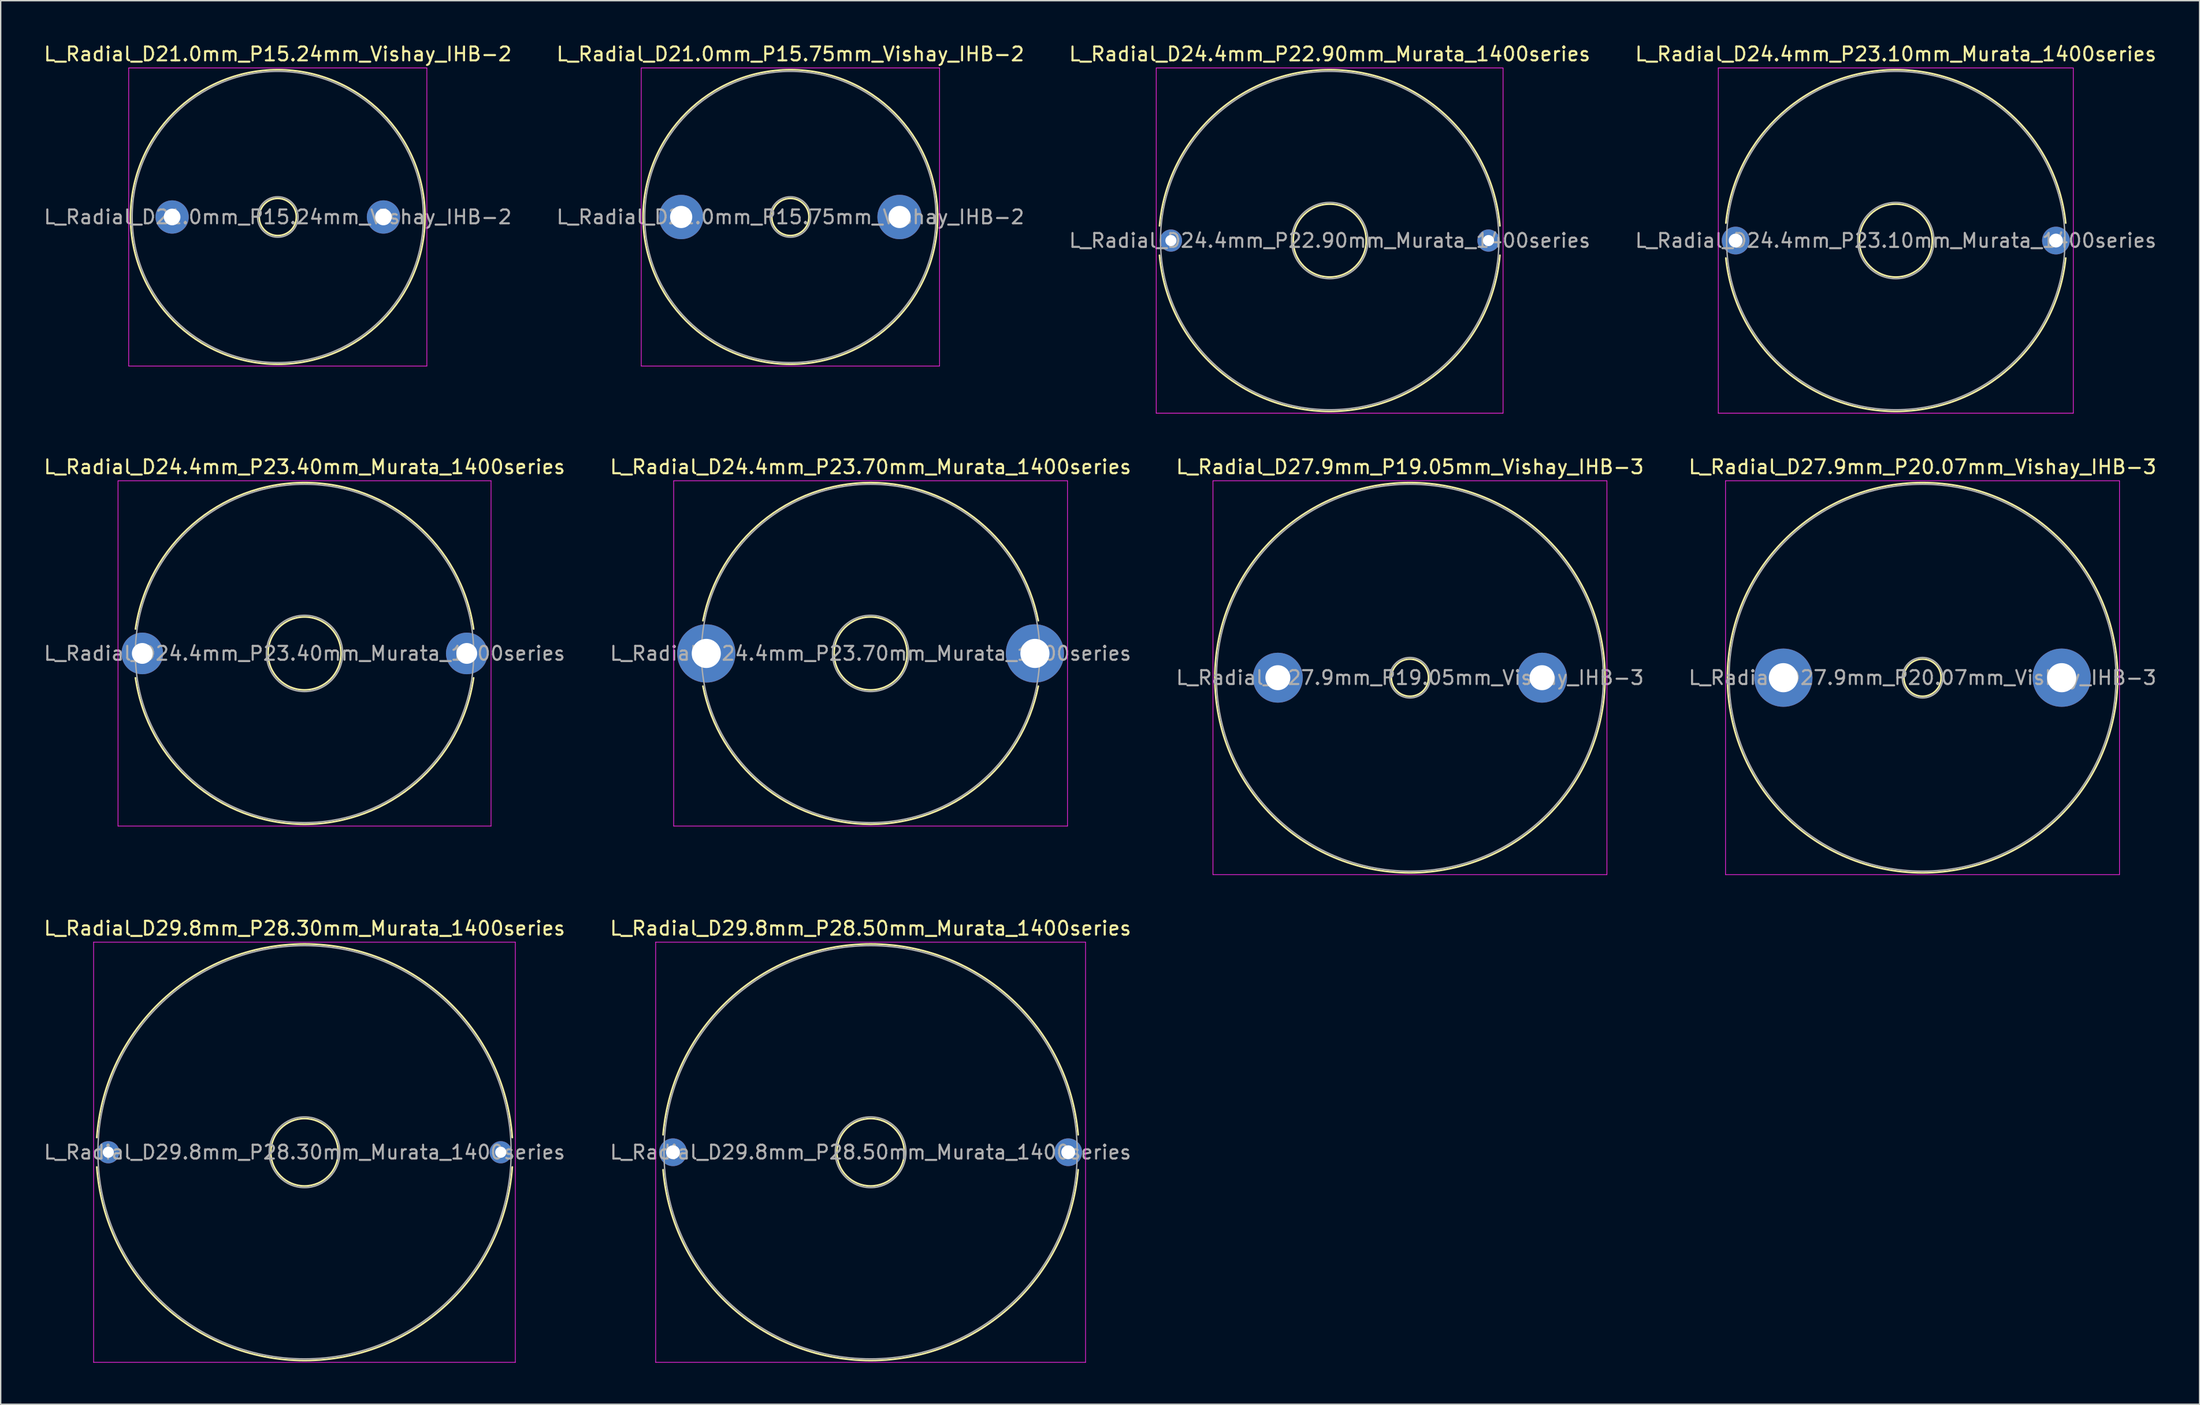
<source format=kicad_pcb>
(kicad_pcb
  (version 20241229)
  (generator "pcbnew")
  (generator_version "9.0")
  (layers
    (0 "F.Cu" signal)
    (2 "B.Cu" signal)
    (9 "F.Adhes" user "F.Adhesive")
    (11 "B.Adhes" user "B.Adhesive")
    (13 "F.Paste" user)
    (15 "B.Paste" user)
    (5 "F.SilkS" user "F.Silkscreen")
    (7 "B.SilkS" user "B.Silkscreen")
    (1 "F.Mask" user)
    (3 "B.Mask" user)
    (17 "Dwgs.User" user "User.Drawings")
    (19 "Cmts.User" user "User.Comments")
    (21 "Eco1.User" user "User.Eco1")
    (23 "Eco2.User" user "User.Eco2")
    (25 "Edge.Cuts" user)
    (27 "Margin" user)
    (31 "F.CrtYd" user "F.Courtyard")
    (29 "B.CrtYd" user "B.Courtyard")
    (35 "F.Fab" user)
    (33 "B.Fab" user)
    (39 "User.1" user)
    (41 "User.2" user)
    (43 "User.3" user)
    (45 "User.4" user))
  (footprint "L_Radial_D21.0mm_P15.24mm_Vishay_IHB-2"
    (layer "F.Cu")
    (at 9.362 12.598)
    (property "Reference" "L_Radial_D21.0mm_P15.24mm_Vishay_IHB-2" (at 7.62 -11.75 0) (layer "F.SilkS") (effects (font (size 1 1) (thickness 0.15))))
    (attr through_hole)
    (fp_circle (center 7.62 0) (end 8.96 0) (stroke (width 0.12) (type solid)) (fill no) (layer "F.SilkS"))
    (fp_circle (center 7.62 0) (end 18.24 0) (stroke (width 0.12) (type solid)) (fill no) (layer "F.SilkS"))
    (fp_line (start -3.13 -10.75) (end -3.13 10.75) (stroke (width 0.05) (type solid)) (layer "F.CrtYd"))
    (fp_line (start -3.13 10.75) (end 18.37 10.75) (stroke (width 0.05) (type solid)) (layer "F.CrtYd"))
    (fp_line (start 18.37 -10.75) (end -3.13 -10.75) (stroke (width 0.05) (type solid)) (layer "F.CrtYd"))
    (fp_line (start 18.37 10.75) (end 18.37 -10.75) (stroke (width 0.05) (type solid)) (layer "F.CrtYd"))
    (fp_circle (center 7.62 0) (end 9.08 0) (stroke (width 0.1) (type solid)) (fill no) (layer "F.Fab"))
    (fp_circle (center 7.62 0) (end 18.12 0) (stroke (width 0.1) (type solid)) (fill no) (layer "F.Fab"))
    (fp_text user "${REFERENCE}" (at 7.62 0 0) (layer "F.Fab") (effects (font (size 1 1) (thickness 0.15))))
    (pad "1" thru_hole circle (at 0 0) (size 2.4 2.4) (drill 1.2) (layers "*.Cu" "*.Mask"))
    (pad "2" thru_hole circle (at 15.24 0) (size 2.4 2.4) (drill 1.2) (layers "*.Cu" "*.Mask")))
  (footprint "L_Radial_D21.0mm_P15.75mm_Vishay_IHB-2"
    (layer "F.Cu")
    (at 46.071 12.598)
    (property "Reference" "L_Radial_D21.0mm_P15.75mm_Vishay_IHB-2" (at 7.875 -11.75 0) (layer "F.SilkS") (effects (font (size 1 1) (thickness 0.15))))
    (attr through_hole)
    (fp_circle (center 7.875 0) (end 9.215 0) (stroke (width 0.12) (type solid)) (fill no) (layer "F.SilkS"))
    (fp_circle (center 7.875 0) (end 18.495 0) (stroke (width 0.12) (type solid)) (fill no) (layer "F.SilkS"))
    (fp_line (start -2.88 -10.75) (end -2.88 10.75) (stroke (width 0.05) (type solid)) (layer "F.CrtYd"))
    (fp_line (start -2.88 10.75) (end 18.63 10.75) (stroke (width 0.05) (type solid)) (layer "F.CrtYd"))
    (fp_line (start 18.63 -10.75) (end -2.88 -10.75) (stroke (width 0.05) (type solid)) (layer "F.CrtYd"))
    (fp_line (start 18.63 10.75) (end 18.63 -10.75) (stroke (width 0.05) (type solid)) (layer "F.CrtYd"))
    (fp_circle (center 7.875 0) (end 9.335 0) (stroke (width 0.1) (type solid)) (fill no) (layer "F.Fab"))
    (fp_circle (center 7.875 0) (end 18.375 0) (stroke (width 0.1) (type solid)) (fill no) (layer "F.Fab"))
    (fp_text user "${REFERENCE}" (at 7.875 0 0) (layer "F.Fab") (effects (font (size 1 1) (thickness 0.15))))
    (pad "1" thru_hole circle (at 0 0) (size 3.2 3.2) (drill 1.6) (layers "*.Cu" "*.Mask"))
    (pad "2" thru_hole circle (at 15.75 0) (size 3.2 3.2) (drill 1.6) (layers "*.Cu" "*.Mask")))
  (footprint "L_Radial_D24.4mm_P22.90mm_Murata_1400series"
    (layer "F.Cu")
    (at 81.389 14.298)
    (property "Reference" "L_Radial_D24.4mm_P22.90mm_Murata_1400series" (at 11.45 -13.45 0) (layer "F.SilkS") (effects (font (size 1 1) (thickness 0.15))))
    (attr through_hole)
    (fp_arc (start -0.824315 -1.06) (mid 11.45 -12.32) (end 23.724315 -1.06) (stroke (width 0.12) (type solid)) (layer "F.SilkS"))
    (fp_arc (start 23.724315 1.06) (mid 11.45 12.32) (end -0.824315 1.06) (stroke (width 0.12) (type solid)) (layer "F.SilkS"))
    (fp_circle (center 11.45 0) (end 14.08 0) (stroke (width 0.12) (type solid)) (fill no) (layer "F.SilkS"))
    (fp_line (start -1.06 -12.45) (end -1.06 12.45) (stroke (width 0.05) (type solid)) (layer "F.CrtYd"))
    (fp_line (start -1.06 12.45) (end 23.95 12.45) (stroke (width 0.05) (type solid)) (layer "F.CrtYd"))
    (fp_line (start 23.95 -12.45) (end -1.06 -12.45) (stroke (width 0.05) (type solid)) (layer "F.CrtYd"))
    (fp_line (start 23.95 12.45) (end 23.95 -12.45) (stroke (width 0.05) (type solid)) (layer "F.CrtYd"))
    (fp_circle (center 11.45 0) (end 14.2 0) (stroke (width 0.1) (type solid)) (fill no) (layer "F.Fab"))
    (fp_circle (center 11.45 0) (end 23.65 0) (stroke (width 0.1) (type solid)) (fill no) (layer "F.Fab"))
    (fp_text user "${REFERENCE}" (at 11.45 0 0) (layer "F.Fab") (effects (font (size 1 1) (thickness 0.15))))
    (pad "1" thru_hole circle (at 0 0) (size 1.6 1.6) (drill 0.8) (layers "*.Cu" "*.Mask"))
    (pad "2" thru_hole circle (at 22.9 0) (size 1.6 1.6) (drill 0.8) (layers "*.Cu" "*.Mask")))
  (footprint "L_Radial_D29.8mm_P28.30mm_Murata_1400series"
    (layer "F.Cu")
    (at 4.761 80.045)
    (property "Reference" "L_Radial_D29.8mm_P28.30mm_Murata_1400series" (at 14.15 -16.15 0) (layer "F.SilkS") (effects (font (size 1 1) (thickness 0.15))))
    (attr through_hole)
    (fp_arc (start -0.83255 -1.06) (mid 14.15 -15.02) (end 29.13255 -1.06) (stroke (width 0.12) (type solid)) (layer "F.SilkS"))
    (fp_arc (start 29.13255 1.06) (mid 14.15 15.02) (end -0.83255 1.06) (stroke (width 0.12) (type solid)) (layer "F.SilkS"))
    (fp_circle (center 14.15 0) (end 16.58 0) (stroke (width 0.12) (type solid)) (fill no) (layer "F.SilkS"))
    (fp_line (start -1.06 -15.15) (end -1.06 15.15) (stroke (width 0.05) (type solid)) (layer "F.CrtYd"))
    (fp_line (start -1.06 15.15) (end 29.35 15.15) (stroke (width 0.05) (type solid)) (layer "F.CrtYd"))
    (fp_line (start 29.35 -15.15) (end -1.06 -15.15) (stroke (width 0.05) (type solid)) (layer "F.CrtYd"))
    (fp_line (start 29.35 15.15) (end 29.35 -15.15) (stroke (width 0.05) (type solid)) (layer "F.CrtYd"))
    (fp_circle (center 14.15 0) (end 16.7 0) (stroke (width 0.1) (type solid)) (fill no) (layer "F.Fab"))
    (fp_circle (center 14.15 0) (end 29.05 0) (stroke (width 0.1) (type solid)) (fill no) (layer "F.Fab"))
    (fp_text user "${REFERENCE}" (at 14.15 0 0) (layer "F.Fab") (effects (font (size 1 1) (thickness 0.15))))
    (pad "1" thru_hole circle (at 0 0) (size 1.6 1.6) (drill 0.8) (layers "*.Cu" "*.Mask"))
    (pad "2" thru_hole circle (at 28.3 0) (size 1.6 1.6) (drill 0.8) (layers "*.Cu" "*.Mask")))
  (footprint "L_Radial_D24.4mm_P23.40mm_Murata_1400series"
    (layer "F.Cu")
    (at 7.211 44.072)
    (property "Reference" "L_Radial_D24.4mm_P23.40mm_Murata_1400series" (at 11.7 -13.45 0) (layer "F.SilkS") (effects (font (size 1 1) (thickness 0.15))))
    (attr through_hole)
    (fp_arc (start -0.493638 -1.76) (mid 11.7 -12.32) (end 23.893638 -1.76) (stroke (width 0.12) (type solid)) (layer "F.SilkS"))
    (fp_arc (start 23.893638 1.76) (mid 11.7 12.32) (end -0.493638 1.76) (stroke (width 0.12) (type solid)) (layer "F.SilkS"))
    (fp_circle (center 11.7 0) (end 14.33 0) (stroke (width 0.12) (type solid)) (fill no) (layer "F.SilkS"))
    (fp_line (start -1.75 -12.45) (end -1.75 12.45) (stroke (width 0.05) (type solid)) (layer "F.CrtYd"))
    (fp_line (start -1.75 12.45) (end 25.15 12.45) (stroke (width 0.05) (type solid)) (layer "F.CrtYd"))
    (fp_line (start 25.15 -12.45) (end -1.75 -12.45) (stroke (width 0.05) (type solid)) (layer "F.CrtYd"))
    (fp_line (start 25.15 12.45) (end 25.15 -12.45) (stroke (width 0.05) (type solid)) (layer "F.CrtYd"))
    (fp_circle (center 11.7 0) (end 14.45 0) (stroke (width 0.1) (type solid)) (fill no) (layer "F.Fab"))
    (fp_circle (center 11.7 0) (end 23.9 0) (stroke (width 0.1) (type solid)) (fill no) (layer "F.Fab"))
    (fp_text user "${REFERENCE}" (at 11.7 0 0) (layer "F.Fab") (effects (font (size 1 1) (thickness 0.15))))
    (pad "1" thru_hole circle (at 0 0) (size 3 3) (drill 1.5) (layers "*.Cu" "*.Mask"))
    (pad "2" thru_hole circle (at 23.4 0) (size 3 3) (drill 1.5) (layers "*.Cu" "*.Mask")))
  (footprint "L_Radial_D24.4mm_P23.70mm_Murata_1400series"
    (layer "F.Cu")
    (at 47.882 44.072)
    (property "Reference" "L_Radial_D24.4mm_P23.70mm_Murata_1400series" (at 11.85 -13.45 0) (layer "F.SilkS") (effects (font (size 1 1) (thickness 0.15))))
    (attr through_hole)
    (fp_arc (start -0.241848 -2.36) (mid 11.85 -12.32) (end 23.941848 -2.36) (stroke (width 0.12) (type solid)) (layer "F.SilkS"))
    (fp_arc (start 23.941848 2.36) (mid 11.85 12.32) (end -0.241848 2.36) (stroke (width 0.12) (type solid)) (layer "F.SilkS"))
    (fp_circle (center 11.85 0) (end 14.48 0) (stroke (width 0.12) (type solid)) (fill no) (layer "F.SilkS"))
    (fp_line (start -2.35 -12.45) (end -2.35 12.45) (stroke (width 0.05) (type solid)) (layer "F.CrtYd"))
    (fp_line (start -2.35 12.45) (end 26.05 12.45) (stroke (width 0.05) (type solid)) (layer "F.CrtYd"))
    (fp_line (start 26.05 -12.45) (end -2.35 -12.45) (stroke (width 0.05) (type solid)) (layer "F.CrtYd"))
    (fp_line (start 26.05 12.45) (end 26.05 -12.45) (stroke (width 0.05) (type solid)) (layer "F.CrtYd"))
    (fp_circle (center 11.85 0) (end 14.6 0) (stroke (width 0.1) (type solid)) (fill no) (layer "F.Fab"))
    (fp_circle (center 11.85 0) (end 24.05 0) (stroke (width 0.1) (type solid)) (fill no) (layer "F.Fab"))
    (fp_text user "${REFERENCE}" (at 11.85 0 0) (layer "F.Fab") (effects (font (size 1 1) (thickness 0.15))))
    (pad "1" thru_hole circle (at 0 0) (size 4.2 4.2) (drill 2.1) (layers "*.Cu" "*.Mask"))
    (pad "2" thru_hole circle (at 23.7 0) (size 4.2 4.2) (drill 2.1) (layers "*.Cu" "*.Mask")))
  (footprint "L_Radial_D27.9mm_P19.05mm_Vishay_IHB-3"
    (layer "F.Cu")
    (at 89.1 45.822)
    (property "Reference" "L_Radial_D27.9mm_P19.05mm_Vishay_IHB-3" (at 9.525 -15.2 0) (layer "F.SilkS") (effects (font (size 1 1) (thickness 0.15))))
    (attr through_hole)
    (fp_circle (center 9.525 0) (end 10.865 0) (stroke (width 0.12) (type solid)) (fill no) (layer "F.SilkS"))
    (fp_circle (center 9.525 0) (end 23.595 0) (stroke (width 0.12) (type solid)) (fill no) (layer "F.SilkS"))
    (fp_line (start -4.68 -14.2) (end -4.68 14.2) (stroke (width 0.05) (type solid)) (layer "F.CrtYd"))
    (fp_line (start -4.68 14.2) (end 23.73 14.2) (stroke (width 0.05) (type solid)) (layer "F.CrtYd"))
    (fp_line (start 23.73 -14.2) (end -4.68 -14.2) (stroke (width 0.05) (type solid)) (layer "F.CrtYd"))
    (fp_line (start 23.73 14.2) (end 23.73 -14.2) (stroke (width 0.05) (type solid)) (layer "F.CrtYd"))
    (fp_circle (center 9.525 0) (end 10.985 0) (stroke (width 0.1) (type solid)) (fill no) (layer "F.Fab"))
    (fp_circle (center 9.525 0) (end 23.475 0) (stroke (width 0.1) (type solid)) (fill no) (layer "F.Fab"))
    (fp_text user "${REFERENCE}" (at 9.525 0 0) (layer "F.Fab") (effects (font (size 1 1) (thickness 0.15))))
    (pad "1" thru_hole circle (at 0 0) (size 3.6 3.6) (drill 1.8) (layers "*.Cu" "*.Mask"))
    (pad "2" thru_hole circle (at 19.05 0) (size 3.6 3.6) (drill 1.8) (layers "*.Cu" "*.Mask")))
  (footprint "L_Radial_D29.8mm_P28.50mm_Murata_1400series"
    (layer "F.Cu")
    (at 45.482 80.045)
    (property "Reference" "L_Radial_D29.8mm_P28.50mm_Murata_1400series" (at 14.25 -16.15 0) (layer "F.SilkS") (effects (font (size 1 1) (thickness 0.15))))
    (attr through_hole)
    (fp_arc (start -0.717057 -1.26) (mid 14.25 -15.02) (end 29.217057 -1.26) (stroke (width 0.12) (type solid)) (layer "F.SilkS"))
    (fp_arc (start 29.217057 1.26) (mid 14.25 15.02) (end -0.717057 1.26) (stroke (width 0.12) (type solid)) (layer "F.SilkS"))
    (fp_circle (center 14.25 0) (end 16.68 0) (stroke (width 0.12) (type solid)) (fill no) (layer "F.SilkS"))
    (fp_line (start -1.25 -15.15) (end -1.25 15.15) (stroke (width 0.05) (type solid)) (layer "F.CrtYd"))
    (fp_line (start -1.25 15.15) (end 29.75 15.15) (stroke (width 0.05) (type solid)) (layer "F.CrtYd"))
    (fp_line (start 29.75 -15.15) (end -1.25 -15.15) (stroke (width 0.05) (type solid)) (layer "F.CrtYd"))
    (fp_line (start 29.75 15.15) (end 29.75 -15.15) (stroke (width 0.05) (type solid)) (layer "F.CrtYd"))
    (fp_circle (center 14.25 0) (end 16.8 0) (stroke (width 0.1) (type solid)) (fill no) (layer "F.Fab"))
    (fp_circle (center 14.25 0) (end 29.15 0) (stroke (width 0.1) (type solid)) (fill no) (layer "F.Fab"))
    (fp_text user "${REFERENCE}" (at 14.25 0 0) (layer "F.Fab") (effects (font (size 1 1) (thickness 0.15))))
    (pad "1" thru_hole circle (at 0 0) (size 2 2) (drill 1) (layers "*.Cu" "*.Mask"))
    (pad "2" thru_hole circle (at 28.5 0) (size 2 2) (drill 1) (layers "*.Cu" "*.Mask")))
  (footprint "L_Radial_D27.9mm_P20.07mm_Vishay_IHB-3"
    (layer "F.Cu")
    (at 125.554 45.822)
    (property "Reference" "L_Radial_D27.9mm_P20.07mm_Vishay_IHB-3" (at 10.035 -15.2 0) (layer "F.SilkS") (effects (font (size 1 1) (thickness 0.15))))
    (attr through_hole)
    (fp_circle (center 10.035 0) (end 11.375 0) (stroke (width 0.12) (type solid)) (fill no) (layer "F.SilkS"))
    (fp_circle (center 10.035 0) (end 24.105 0) (stroke (width 0.12) (type solid)) (fill no) (layer "F.SilkS"))
    (fp_line (start -4.17 -14.2) (end -4.17 14.2) (stroke (width 0.05) (type solid)) (layer "F.CrtYd"))
    (fp_line (start -4.17 14.2) (end 24.24 14.2) (stroke (width 0.05) (type solid)) (layer "F.CrtYd"))
    (fp_line (start 24.24 -14.2) (end -4.17 -14.2) (stroke (width 0.05) (type solid)) (layer "F.CrtYd"))
    (fp_line (start 24.24 14.2) (end 24.24 -14.2) (stroke (width 0.05) (type solid)) (layer "F.CrtYd"))
    (fp_circle (center 10.035 0) (end 11.495 0) (stroke (width 0.1) (type solid)) (fill no) (layer "F.Fab"))
    (fp_circle (center 10.035 0) (end 23.985 0) (stroke (width 0.1) (type solid)) (fill no) (layer "F.Fab"))
    (fp_text user "${REFERENCE}" (at 10.035 0 0) (layer "F.Fab") (effects (font (size 1 1) (thickness 0.15))))
    (pad "1" thru_hole circle (at 0 0) (size 4.2 4.2) (drill 2.1) (layers "*.Cu" "*.Mask"))
    (pad "2" thru_hole circle (at 20.07 0) (size 4.2 4.2) (drill 2.1) (layers "*.Cu" "*.Mask")))
  (footprint "L_Radial_D24.4mm_P23.10mm_Murata_1400series"
    (layer "F.Cu")
    (at 122.111 14.298)
    (property "Reference" "L_Radial_D24.4mm_P23.10mm_Murata_1400series" (at 11.55 -13.45 0) (layer "F.SilkS") (effects (font (size 1 1) (thickness 0.15))))
    (attr through_hole)
    (fp_arc (start -0.705399 -1.26) (mid 11.55 -12.32) (end 23.805399 -1.26) (stroke (width 0.12) (type solid)) (layer "F.SilkS"))
    (fp_arc (start 23.805399 1.26) (mid 11.55 12.32) (end -0.705399 1.26) (stroke (width 0.12) (type solid)) (layer "F.SilkS"))
    (fp_circle (center 11.55 0) (end 14.18 0) (stroke (width 0.12) (type solid)) (fill no) (layer "F.SilkS"))
    (fp_line (start -1.25 -12.45) (end -1.25 12.45) (stroke (width 0.05) (type solid)) (layer "F.CrtYd"))
    (fp_line (start -1.25 12.45) (end 24.35 12.45) (stroke (width 0.05) (type solid)) (layer "F.CrtYd"))
    (fp_line (start 24.35 -12.45) (end -1.25 -12.45) (stroke (width 0.05) (type solid)) (layer "F.CrtYd"))
    (fp_line (start 24.35 12.45) (end 24.35 -12.45) (stroke (width 0.05) (type solid)) (layer "F.CrtYd"))
    (fp_circle (center 11.55 0) (end 14.3 0) (stroke (width 0.1) (type solid)) (fill no) (layer "F.Fab"))
    (fp_circle (center 11.55 0) (end 23.75 0) (stroke (width 0.1) (type solid)) (fill no) (layer "F.Fab"))
    (fp_text user "${REFERENCE}" (at 11.55 0 0) (layer "F.Fab") (effects (font (size 1 1) (thickness 0.15))))
    (pad "1" thru_hole circle (at 0 0) (size 2 2) (drill 1) (layers "*.Cu" "*.Mask"))
    (pad "2" thru_hole circle (at 23.1 0) (size 2 2) (drill 1) (layers "*.Cu" "*.Mask")))
  (gr_rect
    (start -3 -3)
    (end 155.571 98.22)
    (stroke (width 0.1) (type default))
    (fill no)
    (layer "Edge.Cuts")))
</source>
